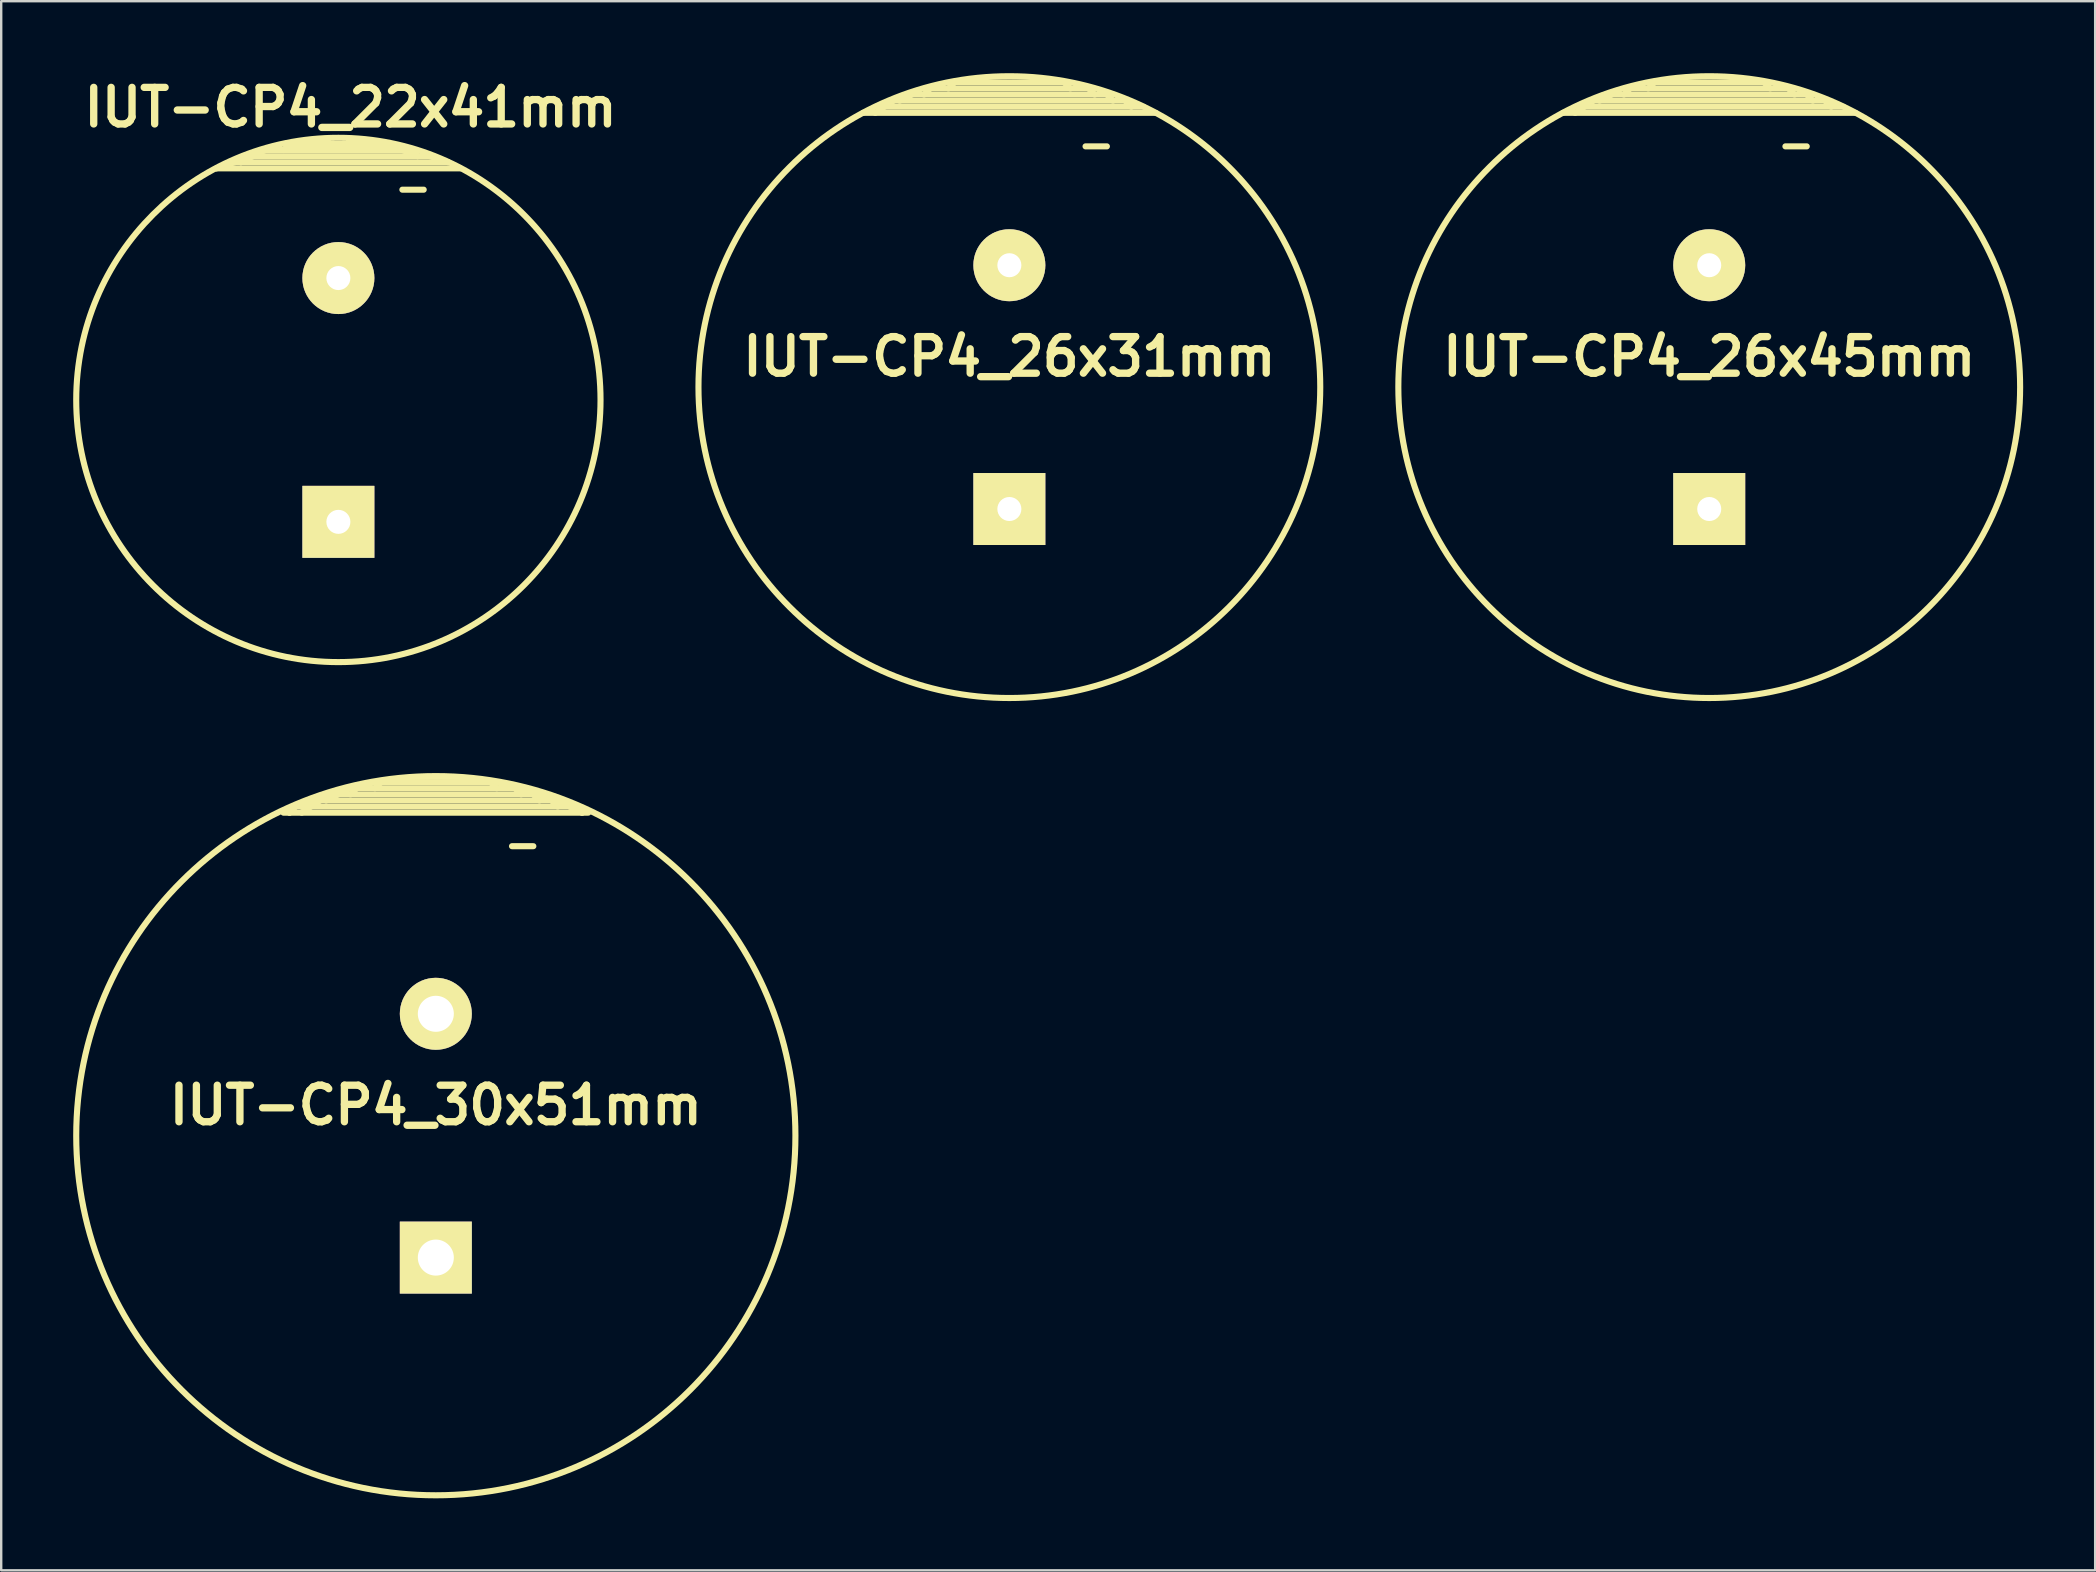
<source format=kicad_pcb>
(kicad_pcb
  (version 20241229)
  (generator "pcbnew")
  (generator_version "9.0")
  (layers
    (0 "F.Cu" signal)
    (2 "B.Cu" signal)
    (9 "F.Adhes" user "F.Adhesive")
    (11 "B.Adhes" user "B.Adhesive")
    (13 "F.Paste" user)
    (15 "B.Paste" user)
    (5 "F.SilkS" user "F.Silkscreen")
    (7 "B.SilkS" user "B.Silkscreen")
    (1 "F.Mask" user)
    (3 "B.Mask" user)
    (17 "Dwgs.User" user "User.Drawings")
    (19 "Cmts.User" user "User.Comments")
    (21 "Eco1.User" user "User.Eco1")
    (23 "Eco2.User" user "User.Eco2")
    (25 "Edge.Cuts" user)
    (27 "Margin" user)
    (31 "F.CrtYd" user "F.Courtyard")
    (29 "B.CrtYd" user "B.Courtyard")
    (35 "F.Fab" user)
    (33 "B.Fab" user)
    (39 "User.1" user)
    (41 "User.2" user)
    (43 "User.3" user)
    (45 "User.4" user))
  (footprint "IUT-CP4_26x31mm"
    (layer "F.Cu")
    (at 39.015 13.083)
    (property "Reference" "IUT-CP4_26x31mm" (at 0 -1.27 0) (layer "F.SilkS") (effects (font (size 1.524 1.524) (thickness 0.305))))
    (attr through_hole)
    (fp_line (start -5.334 -11.684) (end 5.588 -11.684) (stroke (width 0.254) (type solid)) (layer "F.SilkS"))
    (fp_line (start -4.826 -11.938) (end -5.588 -11.43) (stroke (width 0.254) (type solid)) (layer "F.SilkS"))
    (fp_line (start -4.572 -11.938) (end -4.064 -12.192) (stroke (width 0.254) (type solid)) (layer "F.SilkS"))
    (fp_line (start -4.064 -12.192) (end 4.064 -12.192) (stroke (width 0.254) (type solid)) (layer "F.SilkS"))
    (fp_line (start -3.302 -12.446) (end -3.556 -12.192) (stroke (width 0.254) (type solid)) (layer "F.SilkS"))
    (fp_line (start -2.54 -12.446) (end -2.286 -12.7) (stroke (width 0.254) (type solid)) (layer "F.SilkS"))
    (fp_line (start -2.286 -12.7) (end 2.286 -12.7) (stroke (width 0.254) (type solid)) (layer "F.SilkS"))
    (fp_line (start 2.286 -12.7) (end 2.54 -12.446) (stroke (width 0.254) (type solid)) (layer "F.SilkS"))
    (fp_line (start 3.175 -10.033) (end 4.064 -10.033) (stroke (width 0.254) (type solid)) (layer "F.SilkS"))
    (fp_line (start 3.302 -12.446) (end -3.302 -12.446) (stroke (width 0.254) (type solid)) (layer "F.SilkS"))
    (fp_line (start 3.556 -12.192) (end 3.302 -12.446) (stroke (width 0.254) (type solid)) (layer "F.SilkS"))
    (fp_line (start 4.064 -12.192) (end 4.318 -11.938) (stroke (width 0.254) (type solid)) (layer "F.SilkS"))
    (fp_line (start 4.826 -11.938) (end -4.826 -11.938) (stroke (width 0.254) (type solid)) (layer "F.SilkS"))
    (fp_line (start 5.08 -11.684) (end 4.826 -11.938) (stroke (width 0.254) (type solid)) (layer "F.SilkS"))
    (fp_line (start 6.096 -11.43) (end -6.096 -11.43) (stroke (width 0.254) (type solid)) (layer "F.SilkS"))
    (fp_circle (center 0 0) (end -12.954 -0.254) (stroke (width 0.254) (type solid)) (fill no) (layer "F.SilkS"))
    (pad "1" thru_hole rect (at 0 5.08) (size 3 3) (drill 1.001) (layers "*.Mask" "B.Cu" "F.SilkS"))
    (pad "2" thru_hole circle (at 0 -5.08) (size 3 3) (drill 1.001) (layers "*.Mask" "B.Cu" "F.SilkS")))
  (footprint "IUT-CP4_30x51mm"
    (layer "F.Cu")
    (at 15.113 44.28)
    (property "Reference" "IUT-CP4_30x51mm" (at 0 -1.27 0) (layer "F.SilkS") (effects (font (size 1.524 1.524) (thickness 0.305))))
    (attr through_hole)
    (fp_line (start -6.35 -13.462) (end -6.096 -13.462) (stroke (width 0.254) (type solid)) (layer "F.SilkS"))
    (fp_line (start -6.096 -13.462) (end -5.842 -13.716) (stroke (width 0.254) (type solid)) (layer "F.SilkS"))
    (fp_line (start -5.842 -13.716) (end -5.588 -13.716) (stroke (width 0.254) (type solid)) (layer "F.SilkS"))
    (fp_line (start -5.588 -13.716) (end -5.08 -13.97) (stroke (width 0.254) (type solid)) (layer "F.SilkS"))
    (fp_line (start -5.334 -13.716) (end 5.588 -13.716) (stroke (width 0.254) (type solid)) (layer "F.SilkS"))
    (fp_line (start -5.08 -13.97) (end -3.556 -14.478) (stroke (width 0.254) (type solid)) (layer "F.SilkS"))
    (fp_line (start -4.826 -13.97) (end -5.588 -13.462) (stroke (width 0.254) (type solid)) (layer "F.SilkS"))
    (fp_line (start -4.572 -13.97) (end -4.064 -14.224) (stroke (width 0.254) (type solid)) (layer "F.SilkS"))
    (fp_line (start -4.064 -14.224) (end 4.064 -14.224) (stroke (width 0.254) (type solid)) (layer "F.SilkS"))
    (fp_line (start -3.556 -14.478) (end -2.54 -14.732) (stroke (width 0.254) (type solid)) (layer "F.SilkS"))
    (fp_line (start -3.302 -14.478) (end -3.556 -14.224) (stroke (width 0.254) (type solid)) (layer "F.SilkS"))
    (fp_line (start -2.54 -14.732) (end 2.54 -14.732) (stroke (width 0.254) (type solid)) (layer "F.SilkS"))
    (fp_line (start -2.54 -14.478) (end -2.286 -14.732) (stroke (width 0.254) (type solid)) (layer "F.SilkS"))
    (fp_line (start -2.286 -14.732) (end 2.286 -14.732) (stroke (width 0.254) (type solid)) (layer "F.SilkS"))
    (fp_line (start 2.286 -14.732) (end 2.54 -14.478) (stroke (width 0.254) (type solid)) (layer "F.SilkS"))
    (fp_line (start 2.54 -14.732) (end 4.064 -14.224) (stroke (width 0.254) (type solid)) (layer "F.SilkS"))
    (fp_line (start 3.175 -12.065) (end 4.064 -12.065) (stroke (width 0.254) (type solid)) (layer "F.SilkS"))
    (fp_line (start 3.302 -14.478) (end -3.302 -14.478) (stroke (width 0.254) (type solid)) (layer "F.SilkS"))
    (fp_line (start 3.556 -14.224) (end 3.302 -14.478) (stroke (width 0.254) (type solid)) (layer "F.SilkS"))
    (fp_line (start 4.064 -14.224) (end 4.318 -14.224) (stroke (width 0.254) (type solid)) (layer "F.SilkS"))
    (fp_line (start 4.064 -14.224) (end 4.318 -13.97) (stroke (width 0.254) (type solid)) (layer "F.SilkS"))
    (fp_line (start 4.318 -14.224) (end 5.588 -13.716) (stroke (width 0.254) (type solid)) (layer "F.SilkS"))
    (fp_line (start 4.826 -13.97) (end -4.826 -13.97) (stroke (width 0.254) (type solid)) (layer "F.SilkS"))
    (fp_line (start 5.08 -13.716) (end 4.826 -13.97) (stroke (width 0.254) (type solid)) (layer "F.SilkS"))
    (fp_line (start 5.588 -13.716) (end 6.096 -13.462) (stroke (width 0.254) (type solid)) (layer "F.SilkS"))
    (fp_line (start 6.096 -13.462) (end -6.096 -13.462) (stroke (width 0.254) (type solid)) (layer "F.SilkS"))
    (fp_line (start 6.096 -13.462) (end 6.35 -13.462) (stroke (width 0.254) (type solid)) (layer "F.SilkS"))
    (fp_circle (center 0 0) (end 14.986 0) (stroke (width 0.254) (type solid)) (fill no) (layer "F.SilkS"))
    (pad "1" thru_hole rect (at 0 5.08) (size 3 3) (drill 1.501) (layers "*.Mask" "B.Cu" "F.SilkS"))
    (pad "2" thru_hole circle (at 0 -5.08) (size 3 3) (drill 1.501) (layers "*.Mask" "B.Cu" "F.SilkS")))
  (footprint "IUT-CP4_26x45mm"
    (layer "F.Cu")
    (at 68.182 13.083)
    (property "Reference" "IUT-CP4_26x45mm" (at 0 -1.27 0) (layer "F.SilkS") (effects (font (size 1.524 1.524) (thickness 0.305))))
    (attr through_hole)
    (fp_line (start -5.334 -11.684) (end 5.588 -11.684) (stroke (width 0.254) (type solid)) (layer "F.SilkS"))
    (fp_line (start -4.826 -11.938) (end -5.588 -11.43) (stroke (width 0.254) (type solid)) (layer "F.SilkS"))
    (fp_line (start -4.572 -11.938) (end -4.064 -12.192) (stroke (width 0.254) (type solid)) (layer "F.SilkS"))
    (fp_line (start -4.064 -12.192) (end 4.064 -12.192) (stroke (width 0.254) (type solid)) (layer "F.SilkS"))
    (fp_line (start -3.302 -12.446) (end -3.556 -12.192) (stroke (width 0.254) (type solid)) (layer "F.SilkS"))
    (fp_line (start -2.54 -12.446) (end -2.286 -12.7) (stroke (width 0.254) (type solid)) (layer "F.SilkS"))
    (fp_line (start -2.286 -12.7) (end 2.286 -12.7) (stroke (width 0.254) (type solid)) (layer "F.SilkS"))
    (fp_line (start 2.286 -12.7) (end 2.54 -12.446) (stroke (width 0.254) (type solid)) (layer "F.SilkS"))
    (fp_line (start 3.175 -10.033) (end 4.064 -10.033) (stroke (width 0.254) (type solid)) (layer "F.SilkS"))
    (fp_line (start 3.302 -12.446) (end -3.302 -12.446) (stroke (width 0.254) (type solid)) (layer "F.SilkS"))
    (fp_line (start 3.556 -12.192) (end 3.302 -12.446) (stroke (width 0.254) (type solid)) (layer "F.SilkS"))
    (fp_line (start 4.064 -12.192) (end 4.318 -11.938) (stroke (width 0.254) (type solid)) (layer "F.SilkS"))
    (fp_line (start 4.826 -11.938) (end -4.826 -11.938) (stroke (width 0.254) (type solid)) (layer "F.SilkS"))
    (fp_line (start 5.08 -11.684) (end 4.826 -11.938) (stroke (width 0.254) (type solid)) (layer "F.SilkS"))
    (fp_line (start 6.096 -11.43) (end -6.096 -11.43) (stroke (width 0.254) (type solid)) (layer "F.SilkS"))
    (fp_circle (center 0 0) (end -12.954 -0.254) (stroke (width 0.254) (type solid)) (fill no) (layer "F.SilkS"))
    (pad "1" thru_hole rect (at 0 5.08) (size 3 3) (drill 1.001) (layers "*.Mask" "B.Cu" "F.SilkS"))
    (pad "2" thru_hole circle (at 0 -5.08) (size 3 3) (drill 1.001) (layers "*.Mask" "B.Cu" "F.SilkS")))
  (footprint "IUT-CP4_22x41mm"
    (layer "F.Cu")
    (at 11.052 13.618)
    (property "Reference" "IUT-CP4_22x41mm" (at 0.508 -12.192 0) (layer "F.SilkS") (effects (font (size 1.524 1.524) (thickness 0.305))))
    (attr through_hole)
    (fp_line (start -5.08 -9.652) (end -4.318 -9.906) (stroke (width 0.254) (type solid)) (layer "F.SilkS"))
    (fp_line (start -4.318 -9.906) (end 4.572 -9.906) (stroke (width 0.254) (type solid)) (layer "F.SilkS"))
    (fp_line (start -4.064 -9.906) (end -3.048 -10.414) (stroke (width 0.254) (type solid)) (layer "F.SilkS"))
    (fp_line (start -3.81 -10.16) (end -4.064 -9.906) (stroke (width 0.254) (type solid)) (layer "F.SilkS"))
    (fp_line (start -3.048 -10.414) (end 3.048 -10.414) (stroke (width 0.254) (type solid)) (layer "F.SilkS"))
    (fp_line (start -2.032 -10.668) (end -2.286 -10.414) (stroke (width 0.254) (type solid)) (layer "F.SilkS"))
    (fp_line (start 2.032 -10.668) (end -2.032 -10.668) (stroke (width 0.254) (type solid)) (layer "F.SilkS"))
    (fp_line (start 2.667 -8.763) (end 3.556 -8.763) (stroke (width 0.254) (type solid)) (layer "F.SilkS"))
    (fp_line (start 3.048 -10.414) (end 3.302 -10.16) (stroke (width 0.254) (type solid)) (layer "F.SilkS"))
    (fp_line (start 3.302 -10.16) (end 2.032 -10.668) (stroke (width 0.254) (type solid)) (layer "F.SilkS"))
    (fp_line (start 3.81 -10.16) (end -3.81 -10.16) (stroke (width 0.254) (type solid)) (layer "F.SilkS"))
    (fp_line (start 4.572 -9.906) (end 3.81 -10.16) (stroke (width 0.254) (type solid)) (layer "F.SilkS"))
    (fp_line (start 5.08 -9.652) (end -5.08 -9.652) (stroke (width 0.254) (type solid)) (layer "F.SilkS"))
    (fp_circle (center 0 0) (end 10.922 -0.254) (stroke (width 0.254) (type solid)) (fill no) (layer "F.SilkS"))
    (pad "1" thru_hole rect (at 0 5.08) (size 3 3) (drill 1.001) (layers "*.Mask" "B.Cu" "F.SilkS"))
    (pad "2" thru_hole circle (at 0 -5.08) (size 3 3) (drill 1.001) (layers "*.Mask" "B.Cu" "F.SilkS")))
  (gr_rect
    (start -3 -3)
    (end 84.266 62.393)
    (stroke (width 0.1) (type default))
    (fill no)
    (layer "Edge.Cuts")))
</source>
